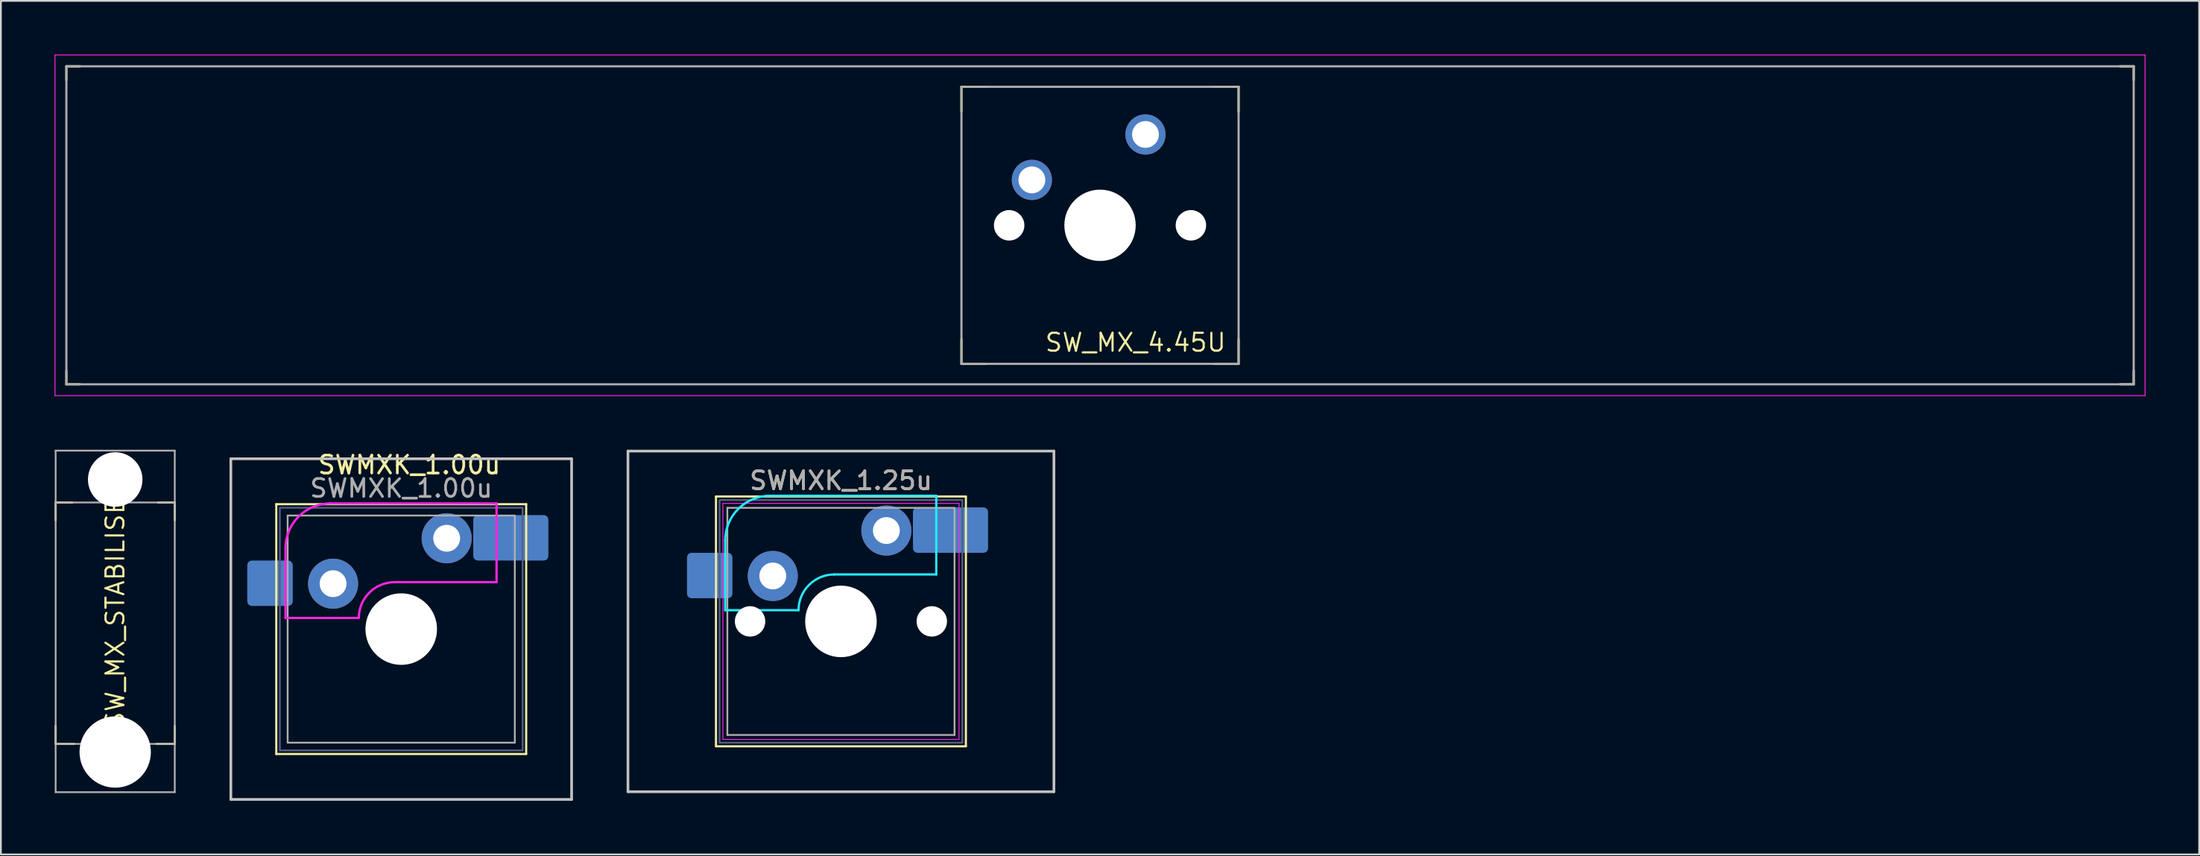
<source format=kicad_pcb>
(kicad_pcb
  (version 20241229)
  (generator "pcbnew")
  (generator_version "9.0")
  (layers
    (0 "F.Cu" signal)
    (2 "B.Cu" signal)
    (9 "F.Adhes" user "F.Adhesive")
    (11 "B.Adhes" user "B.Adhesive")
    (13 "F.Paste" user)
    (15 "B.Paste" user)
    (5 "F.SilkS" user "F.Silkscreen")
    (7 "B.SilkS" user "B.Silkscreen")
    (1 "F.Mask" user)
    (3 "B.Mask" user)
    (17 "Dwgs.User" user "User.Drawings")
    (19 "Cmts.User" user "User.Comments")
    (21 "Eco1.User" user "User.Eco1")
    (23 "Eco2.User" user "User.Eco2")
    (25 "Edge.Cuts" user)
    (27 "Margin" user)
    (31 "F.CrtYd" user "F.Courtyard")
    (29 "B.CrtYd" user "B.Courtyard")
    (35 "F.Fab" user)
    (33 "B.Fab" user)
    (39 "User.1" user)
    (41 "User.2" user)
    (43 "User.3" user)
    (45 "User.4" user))
  (footprint "SWMXK_1.00u"
    (layer "F.Cu")
    (at 21.92 27.051)
    (property "Reference" "SWMXK_1.00u" (at -2.092 -4.103 0) (layer "F.SilkS") (effects (font (size 1 1) (thickness 0.15))))
    (attr through_hole)
    (fp_line (start -9.525 -1.905) (end 4.445 -1.905) (stroke (width 0.12) (type solid)) (layer "F.SilkS"))
    (fp_line (start -9.525 12.065) (end -9.525 -1.905) (stroke (width 0.12) (type solid)) (layer "F.SilkS"))
    (fp_line (start 4.445 -1.905) (end 4.445 12.065) (stroke (width 0.12) (type solid)) (layer "F.SilkS"))
    (fp_line (start 4.445 12.065) (end -9.525 12.065) (stroke (width 0.12) (type solid)) (layer "F.SilkS"))
    (fp_line (start -12.065 -4.445) (end 6.985 -4.445) (stroke (width 0.15) (type solid)) (layer "Dwgs.User"))
    (fp_line (start -12.065 14.605) (end -12.065 -4.445) (stroke (width 0.15) (type solid)) (layer "Dwgs.User"))
    (fp_line (start 6.985 -4.445) (end 6.985 14.605) (stroke (width 0.15) (type solid)) (layer "Dwgs.User"))
    (fp_line (start 6.985 14.605) (end -12.065 14.605) (stroke (width 0.15) (type solid)) (layer "Dwgs.User"))
    (fp_line (start -9.01 4.455) (end -9.01 0.555) (stroke (width 0.127) (type solid)) (layer "F.CrtYd"))
    (fp_line (start -6.51 -1.945) (end 2.79 -1.945) (stroke (width 0.127) (type solid)) (layer "F.CrtYd"))
    (fp_line (start -4.91 4.455) (end -9.01 4.455) (stroke (width 0.127) (type solid)) (layer "F.CrtYd"))
    (fp_line (start 2.79 2.455) (end -2.91 2.455) (stroke (width 0.127) (type solid)) (layer "F.CrtYd"))
    (fp_line (start 2.79 2.455) (end 2.79 -1.945) (stroke (width 0.127) (type solid)) (layer "F.CrtYd"))
    (fp_arc (start -9.01 0.555) (mid -8.277767 -1.212767) (end -6.51 -1.945) (stroke (width 0.127) (type solid)) (layer "F.CrtYd"))
    (fp_arc (start -4.91 4.455) (mid -4.324214 3.040785) (end -2.91 2.455) (stroke (width 0.127) (type solid)) (layer "F.CrtYd"))
    (fp_rect (start -9.325 -1.705) (end 4.245 11.865) (stroke (width 0.1) (type default)) (fill no) (layer "B.Fab"))
    (fp_line (start -8.89 -1.27) (end 3.81 -1.27) (stroke (width 0.1) (type solid)) (layer "F.Fab"))
    (fp_line (start -8.89 11.43) (end -8.89 -1.27) (stroke (width 0.1) (type solid)) (layer "F.Fab"))
    (fp_line (start 3.81 -1.27) (end 3.81 11.43) (stroke (width 0.1) (type solid)) (layer "F.Fab"))
    (fp_line (start 3.81 11.43) (end -8.89 11.43) (stroke (width 0.1) (type solid)) (layer "F.Fab"))
    (fp_text user "${REFERENCE}" (at -2.54 -2.794 0) (layer "F.Fab") (effects (font (size 1 1) (thickness 0.15))))
    (pad "" smd circle (at -7.62 5.08) (size 1.7 1.7) (layers "F.Paste"))
    (pad "" np_thru_hole circle (at -2.54 5.08) (size 4 4) (drill 4) (layers "*.Cu" "*.Mask"))
    (pad "" smd circle (at 2.54 5.08) (size 1.7 1.7) (layers "F.Paste"))
    (pad "1" thru_hole circle (at 0 0) (size 2.8 2.8) (drill 1.5) (layers "*.Cu" "*.Mask"))
    (pad "1" smd roundrect (at 3.586 -0.025) (size 4.2 2.54) (layers "B.Cu" "B.Mask") (roundrect_rratio 0.1))
    (pad "2" smd roundrect (at -9.876 2.515) (size 2.54 2.54) (layers "B.Cu" "B.Mask") (roundrect_rratio 0.1))
    (pad "2" thru_hole circle (at -6.35 2.54) (size 2.8 2.8) (drill 1.5) (layers "*.Cu" "*.Mask")))
  (footprint "SW_MX_4.45U"
    (layer "F.Cu")
    (at 58.445 9.55)
    (property "Reference" "SW_MX_4.45U" (at 7.112 5.969 0) (layer "F.SilkS") (effects (font (size 1 1) (thickness 0.12)) (justify right top)))
    (attr through_hole)
    (fp_line (start -57.785 -8.89) (end -57.023 -8.89) (stroke (width 0.12) (type solid)) (layer "F.SilkS"))
    (fp_line (start -57.785 -8.128) (end -57.785 -8.89) (stroke (width 0.12) (type solid)) (layer "F.SilkS"))
    (fp_line (start -57.785 8.128) (end -57.785 8.89) (stroke (width 0.12) (type solid)) (layer "F.SilkS"))
    (fp_line (start -57.785 8.89) (end -57.023 8.89) (stroke (width 0.12) (type solid)) (layer "F.SilkS"))
    (fp_line (start -7.747 -7.747) (end -7.747 -6.35) (stroke (width 0.12) (type solid)) (layer "F.SilkS"))
    (fp_line (start -7.747 6.35) (end -7.747 7.747) (stroke (width 0.12) (type solid)) (layer "F.SilkS"))
    (fp_line (start -7.747 7.747) (end -6.35 7.747) (stroke (width 0.12) (type solid)) (layer "F.SilkS"))
    (fp_line (start -6.35 -7.747) (end -7.747 -7.747) (stroke (width 0.12) (type solid)) (layer "F.SilkS"))
    (fp_line (start 6.35 -7.747) (end 7.747 -7.747) (stroke (width 0.12) (type solid)) (layer "F.SilkS"))
    (fp_line (start 6.35 7.747) (end 7.747 7.747) (stroke (width 0.12) (type solid)) (layer "F.SilkS"))
    (fp_line (start 7.747 -7.747) (end 7.747 -6.35) (stroke (width 0.12) (type solid)) (layer "F.SilkS"))
    (fp_line (start 7.747 7.747) (end 7.747 6.35) (stroke (width 0.12) (type solid)) (layer "F.SilkS"))
    (fp_line (start 57.023 -8.89) (end 57.785 -8.89) (stroke (width 0.12) (type solid)) (layer "F.SilkS"))
    (fp_line (start 57.023 8.89) (end 57.785 8.89) (stroke (width 0.12) (type solid)) (layer "F.SilkS"))
    (fp_line (start 57.785 -8.89) (end 57.785 -8.128) (stroke (width 0.12) (type solid)) (layer "F.SilkS"))
    (fp_line (start 57.785 8.89) (end 57.785 8.128) (stroke (width 0.12) (type solid)) (layer "F.SilkS"))
    (fp_line (start -58.42 -9.525) (end 58.42 -9.525) (stroke (width 0.05) (type solid)) (layer "F.CrtYd"))
    (fp_line (start -58.42 9.525) (end -58.42 -9.525) (stroke (width 0.05) (type solid)) (layer "F.CrtYd"))
    (fp_line (start 58.42 -9.525) (end 58.42 9.525) (stroke (width 0.05) (type solid)) (layer "F.CrtYd"))
    (fp_line (start 58.42 9.525) (end -58.42 9.525) (stroke (width 0.05) (type solid)) (layer "F.CrtYd"))
    (fp_line (start -57.785 -8.89) (end 57.785 -8.89) (stroke (width 0.12) (type solid)) (layer "F.Fab"))
    (fp_line (start -57.785 8.89) (end -57.785 -8.89) (stroke (width 0.12) (type solid)) (layer "F.Fab"))
    (fp_line (start -7.747 -7.747) (end -7.747 7.747) (stroke (width 0.12) (type solid)) (layer "F.Fab"))
    (fp_line (start -7.747 7.747) (end 7.747 7.747) (stroke (width 0.12) (type solid)) (layer "F.Fab"))
    (fp_line (start 7.747 -7.747) (end -7.747 -7.747) (stroke (width 0.12) (type solid)) (layer "F.Fab"))
    (fp_line (start 7.747 7.747) (end 7.747 -7.747) (stroke (width 0.12) (type solid)) (layer "F.Fab"))
    (fp_line (start 57.785 -8.89) (end 57.785 8.89) (stroke (width 0.12) (type solid)) (layer "F.Fab"))
    (fp_line (start 57.785 8.89) (end -57.785 8.89) (stroke (width 0.12) (type solid)) (layer "F.Fab"))
    (pad "" np_thru_hole circle (at -5.08 0) (size 1.702 1.702) (drill 1.702) (layers "*.Cu" "*.Mask"))
    (pad "" np_thru_hole circle (at 0 0) (size 3.988 3.988) (drill 3.988) (layers "*.Cu" "*.Mask"))
    (pad "" np_thru_hole circle (at 5.08 0) (size 1.702 1.702) (drill 1.702) (layers "*.Cu" "*.Mask"))
    (pad "1" thru_hole circle (at -3.81 -2.54) (size 2.248 2.248) (drill 1.499) (layers "*.Cu" "*.Mask"))
    (pad "2" thru_hole circle (at 2.54 -5.08) (size 2.248 2.248) (drill 1.499) (layers "*.Cu" "*.Mask")))
  (footprint "SWMXK_1.25u"
    (layer "F.Cu")
    (at 46.501 26.62)
    (property "Reference" "SWMXK_1.25u" (at -2.54 -2.794 0) (layer "F.SilkS") (effects (font (size 1 1) (thickness 0.15))))
    (attr through_hole)
    (fp_line (start -9.525 -1.905) (end 4.445 -1.905) (stroke (width 0.12) (type solid)) (layer "F.SilkS"))
    (fp_line (start -9.525 12.065) (end -9.525 -1.905) (stroke (width 0.12) (type solid)) (layer "F.SilkS"))
    (fp_line (start 4.445 -1.905) (end 4.445 12.065) (stroke (width 0.12) (type solid)) (layer "F.SilkS"))
    (fp_line (start 4.445 12.065) (end -9.525 12.065) (stroke (width 0.12) (type solid)) (layer "F.SilkS"))
    (fp_line (start -14.446 -4.445) (end 9.366 -4.445) (stroke (width 0.15) (type solid)) (layer "Dwgs.User"))
    (fp_line (start -14.446 14.605) (end -14.446 -4.445) (stroke (width 0.15) (type solid)) (layer "Dwgs.User"))
    (fp_line (start 9.366 -4.445) (end 9.366 14.605) (stroke (width 0.15) (type solid)) (layer "Dwgs.User"))
    (fp_line (start 9.366 14.605) (end -14.446 14.605) (stroke (width 0.15) (type solid)) (layer "Dwgs.User"))
    (fp_line (start -9.01 4.455) (end -9.01 0.555) (stroke (width 0.127) (type solid)) (layer "B.CrtYd"))
    (fp_line (start -6.51 -1.945) (end 2.79 -1.945) (stroke (width 0.127) (type solid)) (layer "B.CrtYd"))
    (fp_line (start -4.91 4.455) (end -9.01 4.455) (stroke (width 0.127) (type solid)) (layer "B.CrtYd"))
    (fp_line (start 2.79 2.455) (end -2.91 2.455) (stroke (width 0.127) (type solid)) (layer "B.CrtYd"))
    (fp_line (start 2.79 2.455) (end 2.79 -1.945) (stroke (width 0.127) (type solid)) (layer "B.CrtYd"))
    (fp_arc (start -9.01 0.555) (mid -8.277767 -1.212767) (end -6.51 -1.945) (stroke (width 0.127) (type solid)) (layer "B.CrtYd"))
    (fp_arc (start -4.91 4.455) (mid -4.324214 3.040786) (end -2.91 2.455) (stroke (width 0.127) (type solid)) (layer "B.CrtYd"))
    (fp_line (start -9.14 -1.52) (end 4.06 -1.52) (stroke (width 0.05) (type solid)) (layer "F.CrtYd"))
    (fp_line (start -9.14 11.68) (end -9.14 -1.52) (stroke (width 0.05) (type solid)) (layer "F.CrtYd"))
    (fp_line (start 4.06 -1.52) (end 4.06 11.68) (stroke (width 0.05) (type solid)) (layer "F.CrtYd"))
    (fp_line (start 4.06 11.68) (end -9.14 11.68) (stroke (width 0.05) (type solid)) (layer "F.CrtYd"))
    (fp_rect (start -9.325 -1.705) (end 4.245 11.865) (stroke (width 0.1) (type default)) (fill no) (layer "B.Fab"))
    (fp_line (start -8.89 -1.27) (end 3.81 -1.27) (stroke (width 0.1) (type solid)) (layer "F.Fab"))
    (fp_line (start -8.89 11.43) (end -8.89 -1.27) (stroke (width 0.1) (type solid)) (layer "F.Fab"))
    (fp_line (start 3.81 -1.27) (end 3.81 11.43) (stroke (width 0.1) (type solid)) (layer "F.Fab"))
    (fp_line (start 3.81 11.43) (end -8.89 11.43) (stroke (width 0.1) (type solid)) (layer "F.Fab"))
    (fp_text user "${REFERENCE}" (at -2.54 -2.794 0) (layer "F.Fab") (effects (font (size 1 1) (thickness 0.15))))
    (pad "" np_thru_hole circle (at -7.62 5.08) (size 1.7 1.7) (drill 1.7) (layers "*.Cu" "*.Mask"))
    (pad "" np_thru_hole circle (at -2.54 5.08) (size 4 4) (drill 4) (layers "*.Cu" "*.Mask"))
    (pad "" np_thru_hole circle (at 2.54 5.08) (size 1.7 1.7) (drill 1.7) (layers "*.Cu" "*.Mask"))
    (pad "1" thru_hole circle (at 0 0) (size 2.8 2.8) (drill 1.5) (layers "*.Cu" "*.Mask"))
    (pad "1" smd roundrect (at 3.586 -0.025) (size 4.2 2.54) (layers "B.Cu" "B.Mask") (roundrect_rratio 0.1))
    (pad "2" smd roundrect (at -9.876 2.515) (size 2.54 2.54) (layers "B.Cu" "B.Mask") (roundrect_rratio 0.1))
    (pad "2" thru_hole circle (at -6.35 2.54) (size 2.8 2.8) (drill 1.5) (layers "*.Cu" "*.Mask")))
  (footprint "SW_MX_STABILISER"
    (layer "F.Cu")
    (at 3.39 30.75)
    (property "Reference" "SW_MX_STABILISER" (at 0 0 90) (layer "F.SilkS") (effects (font (size 1 1) (thickness 0.12))))
    (attr through_hole)
    (fp_line (start -3.33 -5.7) (end -3.33 -4.7) (stroke (width 0.12) (type solid)) (layer "F.SilkS"))
    (fp_line (start -3.33 6.8) (end -3.33 7.8) (stroke (width 0.12) (type solid)) (layer "F.SilkS"))
    (fp_line (start -3.33 7.8) (end -2.3 7.8) (stroke (width 0.12) (type solid)) (layer "F.SilkS"))
    (fp_line (start -2.4 -5.7) (end -3.33 -5.7) (stroke (width 0.12) (type solid)) (layer "F.SilkS"))
    (fp_line (start 2.4 -5.7) (end 3.33 -5.7) (stroke (width 0.12) (type solid)) (layer "F.SilkS"))
    (fp_line (start 3.33 -5.7) (end 3.33 -4.7) (stroke (width 0.12) (type solid)) (layer "F.SilkS"))
    (fp_line (start 3.33 6.8) (end 3.33 7.8) (stroke (width 0.12) (type solid)) (layer "F.SilkS"))
    (fp_line (start 3.33 7.8) (end 2.3 7.8) (stroke (width 0.12) (type solid)) (layer "F.SilkS"))
    (fp_line (start -3.33 -8.6) (end 3.33 -8.6) (stroke (width 0.1) (type solid)) (layer "F.Fab"))
    (fp_line (start -3.33 -5.7) (end 3.33 -5.7) (stroke (width 0.1) (type solid)) (layer "F.Fab"))
    (fp_line (start -3.33 7.8) (end 3.33 7.8) (stroke (width 0.1) (type solid)) (layer "F.Fab"))
    (fp_line (start -3.33 10.5) (end -3.33 -8.6) (stroke (width 0.1) (type solid)) (layer "F.Fab"))
    (fp_line (start 3.33 -8.6) (end 3.33 10.5) (stroke (width 0.1) (type solid)) (layer "F.Fab"))
    (fp_line (start 3.33 10.5) (end -3.33 10.5) (stroke (width 0.1) (type solid)) (layer "F.Fab"))
    (pad "" np_thru_hole circle (at 0 -6.985) (size 3.048 3.048) (drill 3.048) (layers "*.Cu" "*.Mask"))
    (pad "" np_thru_hole circle (at 0 8.255) (size 3.988 3.988) (drill 3.988) (layers "*.Cu" "*.Mask")))
  (gr_rect
    (start -3 -3)
    (end 119.89 44.731)
    (stroke (width 0.1) (type default))
    (fill no)
    (layer "Edge.Cuts")))
</source>
